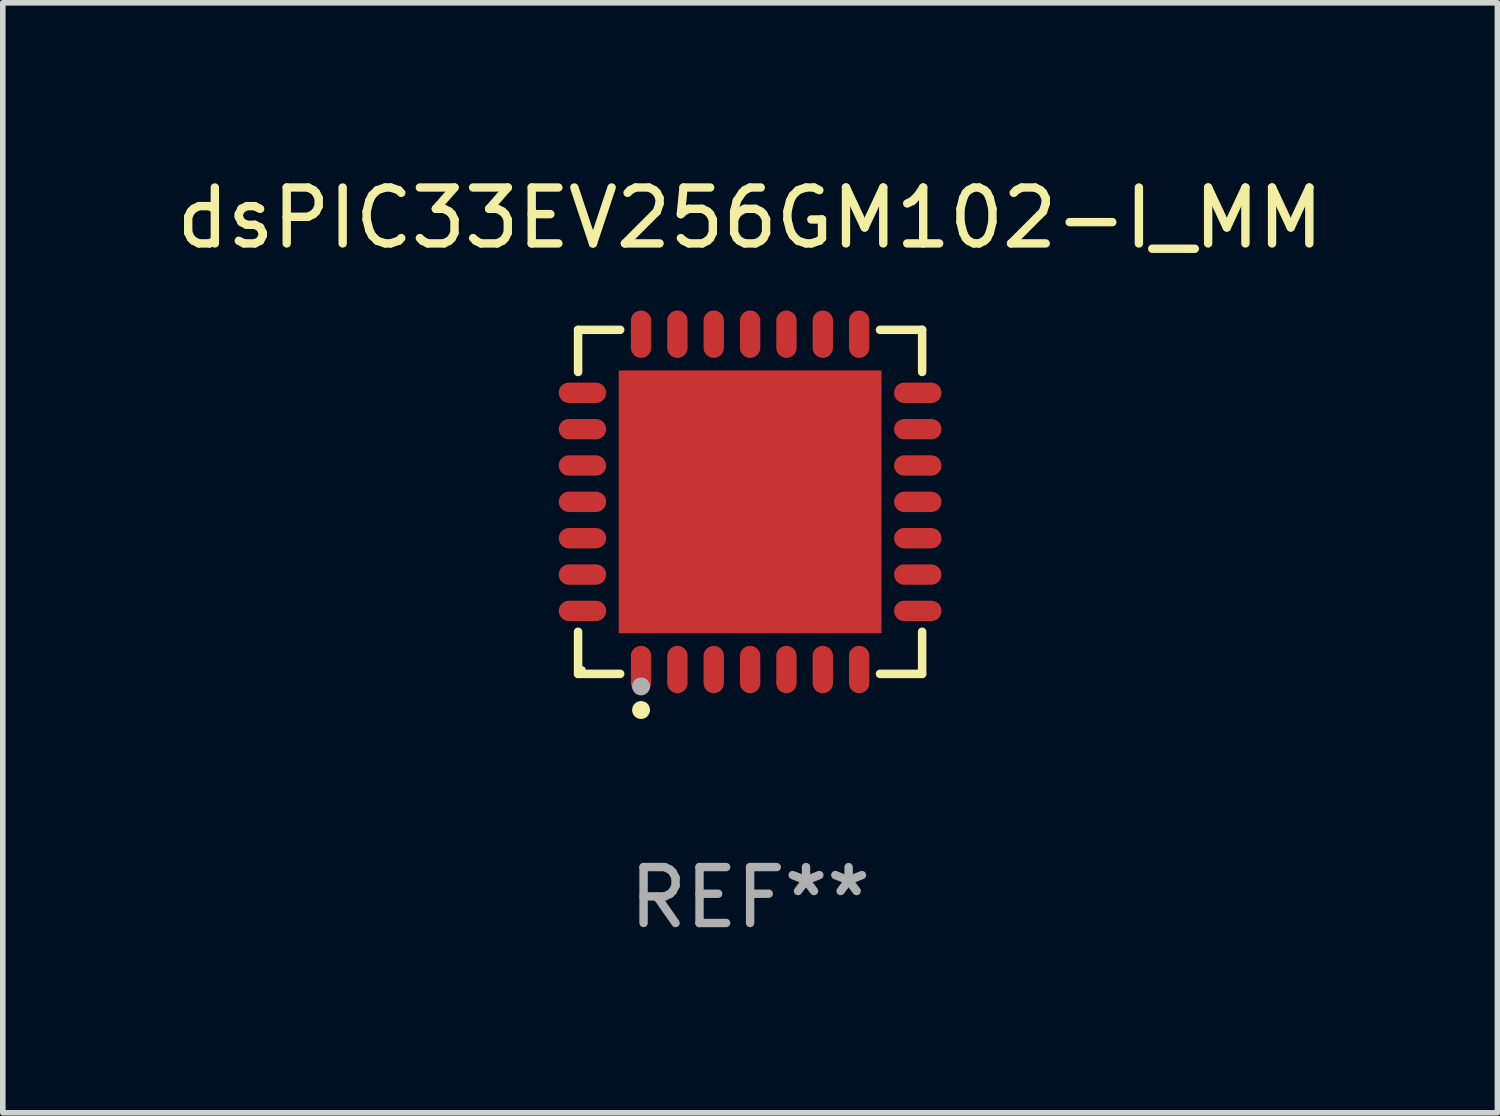
<source format=kicad_pcb>
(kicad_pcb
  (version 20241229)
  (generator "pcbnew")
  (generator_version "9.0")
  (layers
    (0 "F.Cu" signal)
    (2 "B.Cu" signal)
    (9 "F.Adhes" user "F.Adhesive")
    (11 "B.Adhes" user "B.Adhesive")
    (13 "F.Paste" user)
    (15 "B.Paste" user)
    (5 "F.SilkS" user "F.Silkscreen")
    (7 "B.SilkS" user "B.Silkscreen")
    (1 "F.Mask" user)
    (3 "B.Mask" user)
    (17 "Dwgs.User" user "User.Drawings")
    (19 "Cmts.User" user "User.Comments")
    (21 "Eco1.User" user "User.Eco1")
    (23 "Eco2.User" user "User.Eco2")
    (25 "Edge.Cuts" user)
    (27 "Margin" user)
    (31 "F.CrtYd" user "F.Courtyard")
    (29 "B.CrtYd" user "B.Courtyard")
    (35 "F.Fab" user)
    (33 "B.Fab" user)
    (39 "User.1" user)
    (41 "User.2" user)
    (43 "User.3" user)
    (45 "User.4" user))
  (footprint "dsPIC33EV256GM102-I_MM"
    (layer "F.Cu")
    (at 10.363 5.924)
    (property "Reference" "dsPIC33EV256GM102-I_MM" (at 0 -5.076 0) (layer "F.SilkS") (effects (font (size 1 1) (thickness 0.15))))
    (attr through_hole)
    (fp_line (start -3.076 -3.076) (end -2.323 -3.076) (stroke (width 0.152) (type solid)) (layer "F.SilkS"))
    (fp_line (start -3.076 -2.323) (end -3.076 -3.076) (stroke (width 0.152) (type solid)) (layer "F.SilkS"))
    (fp_line (start -3.076 2.323) (end -3.076 3.076) (stroke (width 0.152) (type solid)) (layer "F.SilkS"))
    (fp_line (start -3.076 3.076) (end -2.323 3.076) (stroke (width 0.152) (type solid)) (layer "F.SilkS"))
    (fp_line (start 3.076 -3.076) (end 2.323 -3.076) (stroke (width 0.152) (type solid)) (layer "F.SilkS"))
    (fp_line (start 3.076 -2.323) (end 3.076 -3.076) (stroke (width 0.152) (type solid)) (layer "F.SilkS"))
    (fp_line (start 3.076 2.323) (end 3.076 3.076) (stroke (width 0.152) (type solid)) (layer "F.SilkS"))
    (fp_line (start 3.076 3.076) (end 2.323 3.076) (stroke (width 0.152) (type solid)) (layer "F.SilkS"))
    (fp_circle (center -3 3) (end -2.97 3) (stroke (width 0.06) (type solid)) (fill no) (layer "F.SilkS"))
    (fp_circle (center -1.95 3.722) (end -1.87 3.722) (stroke (width 0.16) (type solid)) (fill no) (layer "F.SilkS"))
    (fp_circle (center -1.95 3.3) (end -1.87 3.3) (stroke (width 0.16) (type solid)) (fill no) (layer "F.Fab"))
    (fp_text user "REF**" (at 0 7.076 0) (layer "F.Fab") (effects (font (size 1 1) (thickness 0.15))))
    (pad "1" smd oval (at -1.95 2.998) (size 0.364 0.847) (layers "F.Cu" "F.Mask" "F.Paste"))
    (pad "2" smd oval (at -1.3 2.998) (size 0.364 0.847) (layers "F.Cu" "F.Mask" "F.Paste"))
    (pad "3" smd oval (at -0.65 2.998) (size 0.364 0.847) (layers "F.Cu" "F.Mask" "F.Paste"))
    (pad "4" smd oval (at 0 2.998) (size 0.364 0.847) (layers "F.Cu" "F.Mask" "F.Paste"))
    (pad "5" smd oval (at 0.65 2.998) (size 0.364 0.847) (layers "F.Cu" "F.Mask" "F.Paste"))
    (pad "6" smd oval (at 1.3 2.998) (size 0.364 0.847) (layers "F.Cu" "F.Mask" "F.Paste"))
    (pad "7" smd oval (at 1.95 2.998) (size 0.364 0.847) (layers "F.Cu" "F.Mask" "F.Paste"))
    (pad "8" smd oval (at 2.998 1.95) (size 0.847 0.364) (layers "F.Cu" "F.Mask" "F.Paste"))
    (pad "9" smd oval (at 2.998 1.3) (size 0.847 0.364) (layers "F.Cu" "F.Mask" "F.Paste"))
    (pad "10" smd oval (at 2.998 0.65) (size 0.847 0.364) (layers "F.Cu" "F.Mask" "F.Paste"))
    (pad "11" smd oval (at 2.998 0) (size 0.847 0.364) (layers "F.Cu" "F.Mask" "F.Paste"))
    (pad "12" smd oval (at 2.998 -0.65) (size 0.847 0.364) (layers "F.Cu" "F.Mask" "F.Paste"))
    (pad "13" smd oval (at 2.998 -1.3) (size 0.847 0.364) (layers "F.Cu" "F.Mask" "F.Paste"))
    (pad "14" smd oval (at 2.998 -1.95) (size 0.847 0.364) (layers "F.Cu" "F.Mask" "F.Paste"))
    (pad "15" smd oval (at 1.95 -2.998) (size 0.364 0.847) (layers "F.Cu" "F.Mask" "F.Paste"))
    (pad "16" smd oval (at 1.3 -2.998) (size 0.364 0.847) (layers "F.Cu" "F.Mask" "F.Paste"))
    (pad "17" smd oval (at 0.65 -2.998) (size 0.364 0.847) (layers "F.Cu" "F.Mask" "F.Paste"))
    (pad "18" smd oval (at 0 -2.998) (size 0.364 0.847) (layers "F.Cu" "F.Mask" "F.Paste"))
    (pad "19" smd oval (at -0.65 -2.998) (size 0.364 0.847) (layers "F.Cu" "F.Mask" "F.Paste"))
    (pad "20" smd oval (at -1.3 -2.998) (size 0.364 0.847) (layers "F.Cu" "F.Mask" "F.Paste"))
    (pad "21" smd oval (at -1.95 -2.998) (size 0.364 0.847) (layers "F.Cu" "F.Mask" "F.Paste"))
    (pad "22" smd oval (at -2.998 -1.95) (size 0.847 0.364) (layers "F.Cu" "F.Mask" "F.Paste"))
    (pad "23" smd oval (at -2.998 -1.3) (size 0.847 0.364) (layers "F.Cu" "F.Mask" "F.Paste"))
    (pad "24" smd oval (at -2.998 -0.65) (size 0.847 0.364) (layers "F.Cu" "F.Mask" "F.Paste"))
    (pad "25" smd oval (at -2.998 0) (size 0.847 0.364) (layers "F.Cu" "F.Mask" "F.Paste"))
    (pad "26" smd oval (at -2.998 0.65) (size 0.847 0.364) (layers "F.Cu" "F.Mask" "F.Paste"))
    (pad "27" smd oval (at -2.998 1.3) (size 0.847 0.364) (layers "F.Cu" "F.Mask" "F.Paste"))
    (pad "28" smd oval (at -2.998 1.95) (size 0.847 0.364) (layers "F.Cu" "F.Mask" "F.Paste"))
    (pad "29" smd rect (at 0 0) (size 4.7 4.7) (layers "F.Cu" "F.Mask" "F.Paste")))
  (gr_rect
    (start -3 -3)
    (end 23.726 16.849)
    (stroke (width 0.1) (type default))
    (fill no)
    (layer "Edge.Cuts")))
</source>
